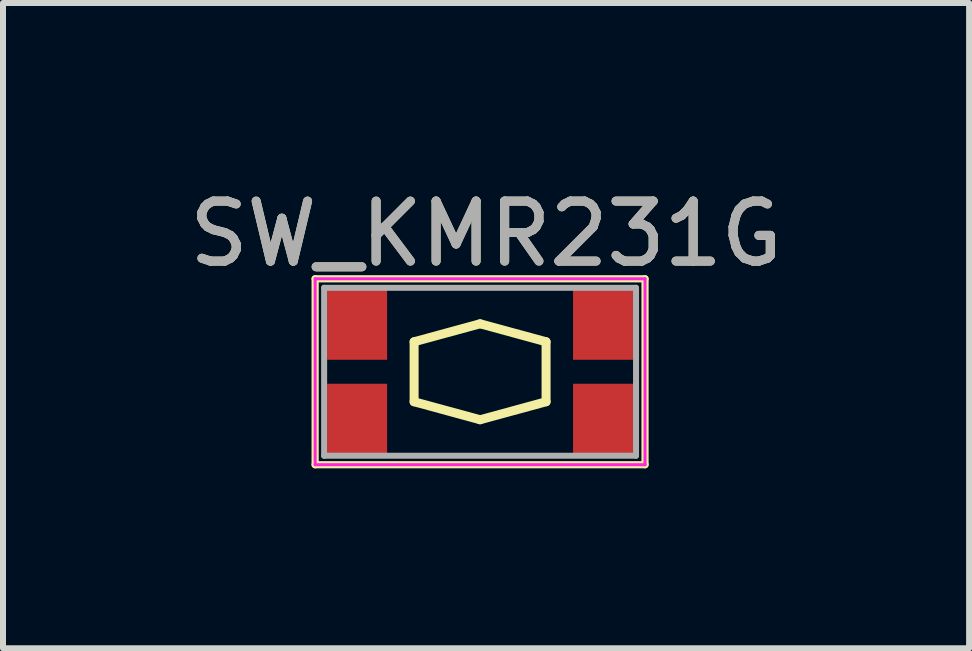
<source format=kicad_pcb>
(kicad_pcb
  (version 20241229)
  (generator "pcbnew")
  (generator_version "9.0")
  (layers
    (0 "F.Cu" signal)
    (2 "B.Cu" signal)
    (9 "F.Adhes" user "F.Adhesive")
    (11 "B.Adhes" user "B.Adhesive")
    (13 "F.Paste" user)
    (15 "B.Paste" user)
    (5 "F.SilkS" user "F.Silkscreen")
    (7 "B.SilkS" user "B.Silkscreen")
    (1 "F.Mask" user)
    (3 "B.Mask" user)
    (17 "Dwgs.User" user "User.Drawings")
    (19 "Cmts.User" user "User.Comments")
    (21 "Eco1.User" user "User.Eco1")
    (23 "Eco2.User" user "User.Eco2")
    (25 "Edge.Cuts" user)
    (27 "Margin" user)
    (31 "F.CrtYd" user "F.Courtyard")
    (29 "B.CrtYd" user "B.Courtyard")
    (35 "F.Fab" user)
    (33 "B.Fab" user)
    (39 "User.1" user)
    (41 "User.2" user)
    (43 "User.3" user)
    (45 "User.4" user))
  (footprint "SW_KMR231G"
    (layer "F.Cu")
    (at 4.954 3.148)
    (property "Reference" "SW_KMR231G" (at 0.1 -2.3 0) (layer "F.SilkS") (effects (font (size 1 1) (thickness 0.15))))
    (attr smd)
    (fp_line (start -2.75 -1.55) (end 2.75 -1.55) (stroke (width 0.12) (type solid)) (layer "F.SilkS"))
    (fp_line (start -2.75 1.55) (end -2.75 -1.55) (stroke (width 0.12) (type solid)) (layer "F.SilkS"))
    (fp_line (start -1.1 -0.5) (end -1.1 0.5) (stroke (width 0.15) (type solid)) (layer "F.SilkS"))
    (fp_line (start -1.1 0.5) (end 0 0.8) (stroke (width 0.15) (type solid)) (layer "F.SilkS"))
    (fp_line (start 0 -0.8) (end -1.1 -0.5) (stroke (width 0.15) (type solid)) (layer "F.SilkS"))
    (fp_line (start 0 0.8) (end 1.1 0.5) (stroke (width 0.15) (type solid)) (layer "F.SilkS"))
    (fp_line (start 1.1 -0.5) (end 0 -0.8) (stroke (width 0.15) (type solid)) (layer "F.SilkS"))
    (fp_line (start 1.1 0.5) (end 1.1 -0.5) (stroke (width 0.15) (type solid)) (layer "F.SilkS"))
    (fp_line (start 2.75 -1.55) (end 2.75 1.55) (stroke (width 0.12) (type solid)) (layer "F.SilkS"))
    (fp_line (start 2.75 1.55) (end -2.75 1.55) (stroke (width 0.12) (type solid)) (layer "F.SilkS"))
    (fp_line (start -2.75 -1.55) (end -2.75 1.55) (stroke (width 0.05) (type solid)) (layer "F.CrtYd"))
    (fp_line (start -2.75 1.55) (end 2.75 1.55) (stroke (width 0.05) (type solid)) (layer "F.CrtYd"))
    (fp_line (start 2.75 -1.55) (end -2.75 -1.55) (stroke (width 0.05) (type solid)) (layer "F.CrtYd"))
    (fp_line (start 2.75 1.55) (end 2.75 -1.55) (stroke (width 0.05) (type solid)) (layer "F.CrtYd"))
    (fp_line (start -2.6 -1.4) (end 2.6 -1.4) (stroke (width 0.1) (type solid)) (layer "F.Fab"))
    (fp_line (start -2.6 1.4) (end -2.6 -1.4) (stroke (width 0.1) (type solid)) (layer "F.Fab"))
    (fp_line (start 2.6 -1.4) (end 2.6 1.4) (stroke (width 0.1) (type solid)) (layer "F.Fab"))
    (fp_line (start 2.6 1.4) (end -2.6 1.4) (stroke (width 0.1) (type solid)) (layer "F.Fab"))
    (fp_text user "${REFERENCE}" (at 0.1 -2.3 0) (layer "F.Fab") (effects (font (size 1 1) (thickness 0.15))))
    (pad "1" smd rect (at -2.05 -0.8) (size 1 1.2) (layers "F.Cu" "F.Mask" "F.Paste"))
    (pad "1" smd rect (at 2.05 -0.8) (size 1 1.2) (layers "F.Cu" "F.Mask" "F.Paste"))
    (pad "2" smd rect (at -2.05 0.8) (size 1 1.2) (layers "F.Cu" "F.Mask" "F.Paste"))
    (pad "2" smd rect (at 2.05 0.8) (size 1 1.2) (layers "F.Cu" "F.Mask" "F.Paste")))
  (gr_rect
    (start -3 -3)
    (end 13.107 7.758)
    (stroke (width 0.1) (type default))
    (fill no)
    (layer "Edge.Cuts")))
</source>
